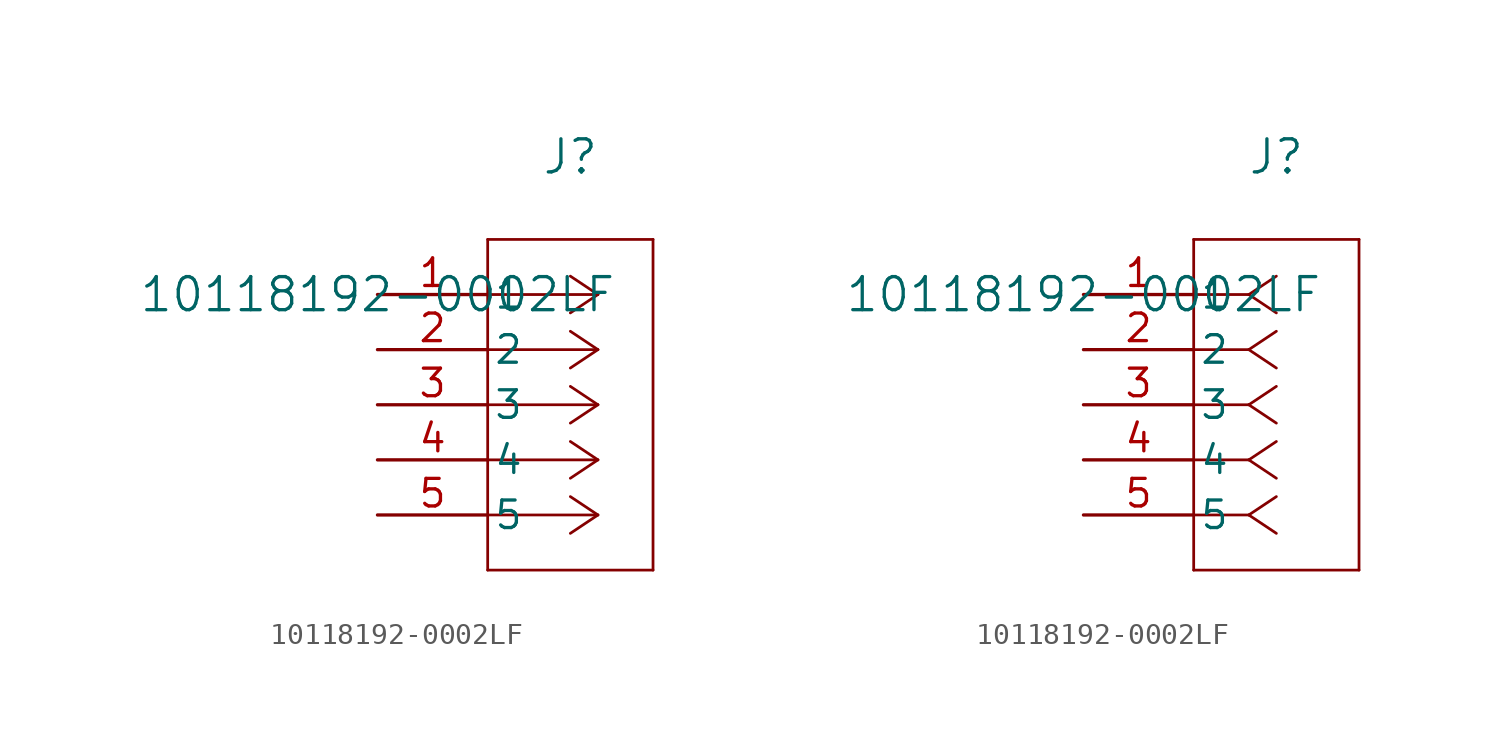
<source format=kicad_sym>
(kicad_symbol_lib
  (version 20211014)
  (generator kicad_symbol_editor)
  (symbol "10118192-0002LF"
    (pin_names
      (offset 0.254))
    (property "Reference" "J"
      (at 8.89 6.35 0)
      (effects (font (size 1.524 1.524))))
    (property "Value" "10118192-0002LF"
      (at 0 0 0)
      (effects (font (size 1.524 1.524))))
    (symbol "10118192-0002LF_1_1"
      (polyline (pts (xy 10.16 0) (xy 5.08 0)) (stroke (width 0.127) (type default) (color 0 0 0 0)) (fill (type none)))
      (polyline (pts (xy 10.16 -2.54) (xy 5.08 -2.54)) (stroke (width 0.127) (type default) (color 0 0 0 0)) (fill (type none)))
      (polyline (pts (xy 10.16 -5.08) (xy 5.08 -5.08)) (stroke (width 0.127) (type default) (color 0 0 0 0)) (fill (type none)))
      (polyline (pts (xy 10.16 -7.62) (xy 5.08 -7.62)) (stroke (width 0.127) (type default) (color 0 0 0 0)) (fill (type none)))
      (polyline (pts (xy 10.16 -10.16) (xy 5.08 -10.16)) (stroke (width 0.127) (type default) (color 0 0 0 0)) (fill (type none)))
      (polyline (pts (xy 10.16 0) (xy 8.89 0.847)) (stroke (width 0.127) (type default) (color 0 0 0 0)) (fill (type none)))
      (polyline (pts (xy 10.16 -2.54) (xy 8.89 -1.693)) (stroke (width 0.127) (type default) (color 0 0 0 0)) (fill (type none)))
      (polyline (pts (xy 10.16 -5.08) (xy 8.89 -4.233)) (stroke (width 0.127) (type default) (color 0 0 0 0)) (fill (type none)))
      (polyline (pts (xy 10.16 -7.62) (xy 8.89 -6.773)) (stroke (width 0.127) (type default) (color 0 0 0 0)) (fill (type none)))
      (polyline (pts (xy 10.16 -10.16) (xy 8.89 -9.313)) (stroke (width 0.127) (type default) (color 0 0 0 0)) (fill (type none)))
      (polyline (pts (xy 10.16 0) (xy 8.89 -0.847)) (stroke (width 0.127) (type default) (color 0 0 0 0)) (fill (type none)))
      (polyline (pts (xy 10.16 -2.54) (xy 8.89 -3.387)) (stroke (width 0.127) (type default) (color 0 0 0 0)) (fill (type none)))
      (polyline (pts (xy 10.16 -5.08) (xy 8.89 -5.927)) (stroke (width 0.127) (type default) (color 0 0 0 0)) (fill (type none)))
      (polyline (pts (xy 10.16 -7.62) (xy 8.89 -8.467)) (stroke (width 0.127) (type default) (color 0 0 0 0)) (fill (type none)))
      (polyline (pts (xy 10.16 -10.16) (xy 8.89 -11.007)) (stroke (width 0.127) (type default) (color 0 0 0 0)) (fill (type none)))
      (polyline (pts (xy 5.08 2.54) (xy 5.08 -12.7)) (stroke (width 0.127) (type default) (color 0 0 0 0)) (fill (type none)))
      (polyline (pts (xy 5.08 -12.7) (xy 12.7 -12.7)) (stroke (width 0.127) (type default) (color 0 0 0 0)) (fill (type none)))
      (polyline (pts (xy 12.7 -12.7) (xy 12.7 2.54)) (stroke (width 0.127) (type default) (color 0 0 0 0)) (fill (type none)))
      (polyline (pts (xy 12.7 2.54) (xy 5.08 2.54)) (stroke (width 0.127) (type default) (color 0 0 0 0)) (fill (type none)))
      (pin unspecified line (at 0 0 0) (length 5.08) (name "1" (effects (font (size 1.27 1.27)))) (number "1" (effects (font (size 1.27 1.27)))))
      (pin unspecified line (at 0 -2.54 0) (length 5.08) (name "2" (effects (font (size 1.27 1.27)))) (number "2" (effects (font (size 1.27 1.27)))))
      (pin unspecified line (at 0 -5.08 0) (length 5.08) (name "3" (effects (font (size 1.27 1.27)))) (number "3" (effects (font (size 1.27 1.27)))))
      (pin unspecified line (at 0 -7.62 0) (length 5.08) (name "4" (effects (font (size 1.27 1.27)))) (number "4" (effects (font (size 1.27 1.27)))))
      (pin unspecified line (at 0 -10.16 0) (length 5.08) (name "5" (effects (font (size 1.27 1.27)))) (number "5" (effects (font (size 1.27 1.27))))))
    (symbol "10118192-0002LF_1_2"
      (polyline (pts (xy 7.62 0) (xy 5.08 0)) (stroke (width 0.127) (type default) (color 0 0 0 0)) (fill (type none)))
      (polyline (pts (xy 7.62 -2.54) (xy 5.08 -2.54)) (stroke (width 0.127) (type default) (color 0 0 0 0)) (fill (type none)))
      (polyline (pts (xy 7.62 -5.08) (xy 5.08 -5.08)) (stroke (width 0.127) (type default) (color 0 0 0 0)) (fill (type none)))
      (polyline (pts (xy 7.62 -7.62) (xy 5.08 -7.62)) (stroke (width 0.127) (type default) (color 0 0 0 0)) (fill (type none)))
      (polyline (pts (xy 7.62 -10.16) (xy 5.08 -10.16)) (stroke (width 0.127) (type default) (color 0 0 0 0)) (fill (type none)))
      (polyline (pts (xy 7.62 0) (xy 8.89 0.847)) (stroke (width 0.127) (type default) (color 0 0 0 0)) (fill (type none)))
      (polyline (pts (xy 7.62 -2.54) (xy 8.89 -1.693)) (stroke (width 0.127) (type default) (color 0 0 0 0)) (fill (type none)))
      (polyline (pts (xy 7.62 -5.08) (xy 8.89 -4.233)) (stroke (width 0.127) (type default) (color 0 0 0 0)) (fill (type none)))
      (polyline (pts (xy 7.62 -7.62) (xy 8.89 -6.773)) (stroke (width 0.127) (type default) (color 0 0 0 0)) (fill (type none)))
      (polyline (pts (xy 7.62 -10.16) (xy 8.89 -9.313)) (stroke (width 0.127) (type default) (color 0 0 0 0)) (fill (type none)))
      (polyline (pts (xy 7.62 0) (xy 8.89 -0.847)) (stroke (width 0.127) (type default) (color 0 0 0 0)) (fill (type none)))
      (polyline (pts (xy 7.62 -2.54) (xy 8.89 -3.387)) (stroke (width 0.127) (type default) (color 0 0 0 0)) (fill (type none)))
      (polyline (pts (xy 7.62 -5.08) (xy 8.89 -5.927)) (stroke (width 0.127) (type default) (color 0 0 0 0)) (fill (type none)))
      (polyline (pts (xy 7.62 -7.62) (xy 8.89 -8.467)) (stroke (width 0.127) (type default) (color 0 0 0 0)) (fill (type none)))
      (polyline (pts (xy 7.62 -10.16) (xy 8.89 -11.007)) (stroke (width 0.127) (type default) (color 0 0 0 0)) (fill (type none)))
      (polyline (pts (xy 5.08 2.54) (xy 5.08 -12.7)) (stroke (width 0.127) (type default) (color 0 0 0 0)) (fill (type none)))
      (polyline (pts (xy 5.08 -12.7) (xy 12.7 -12.7)) (stroke (width 0.127) (type default) (color 0 0 0 0)) (fill (type none)))
      (polyline (pts (xy 12.7 -12.7) (xy 12.7 2.54)) (stroke (width 0.127) (type default) (color 0 0 0 0)) (fill (type none)))
      (polyline (pts (xy 12.7 2.54) (xy 5.08 2.54)) (stroke (width 0.127) (type default) (color 0 0 0 0)) (fill (type none)))
      (pin unspecified line (at 0 0 0) (length 5.08) (name "1" (effects (font (size 1.27 1.27)))) (number "1" (effects (font (size 1.27 1.27)))))
      (pin unspecified line (at 0 -2.54 0) (length 5.08) (name "2" (effects (font (size 1.27 1.27)))) (number "2" (effects (font (size 1.27 1.27)))))
      (pin unspecified line (at 0 -5.08 0) (length 5.08) (name "3" (effects (font (size 1.27 1.27)))) (number "3" (effects (font (size 1.27 1.27)))))
      (pin unspecified line (at 0 -7.62 0) (length 5.08) (name "4" (effects (font (size 1.27 1.27)))) (number "4" (effects (font (size 1.27 1.27)))))
      (pin unspecified line (at 0 -10.16 0) (length 5.08) (name "5" (effects (font (size 1.27 1.27)))) (number "5" (effects (font (size 1.27 1.27))))))))
</source>
